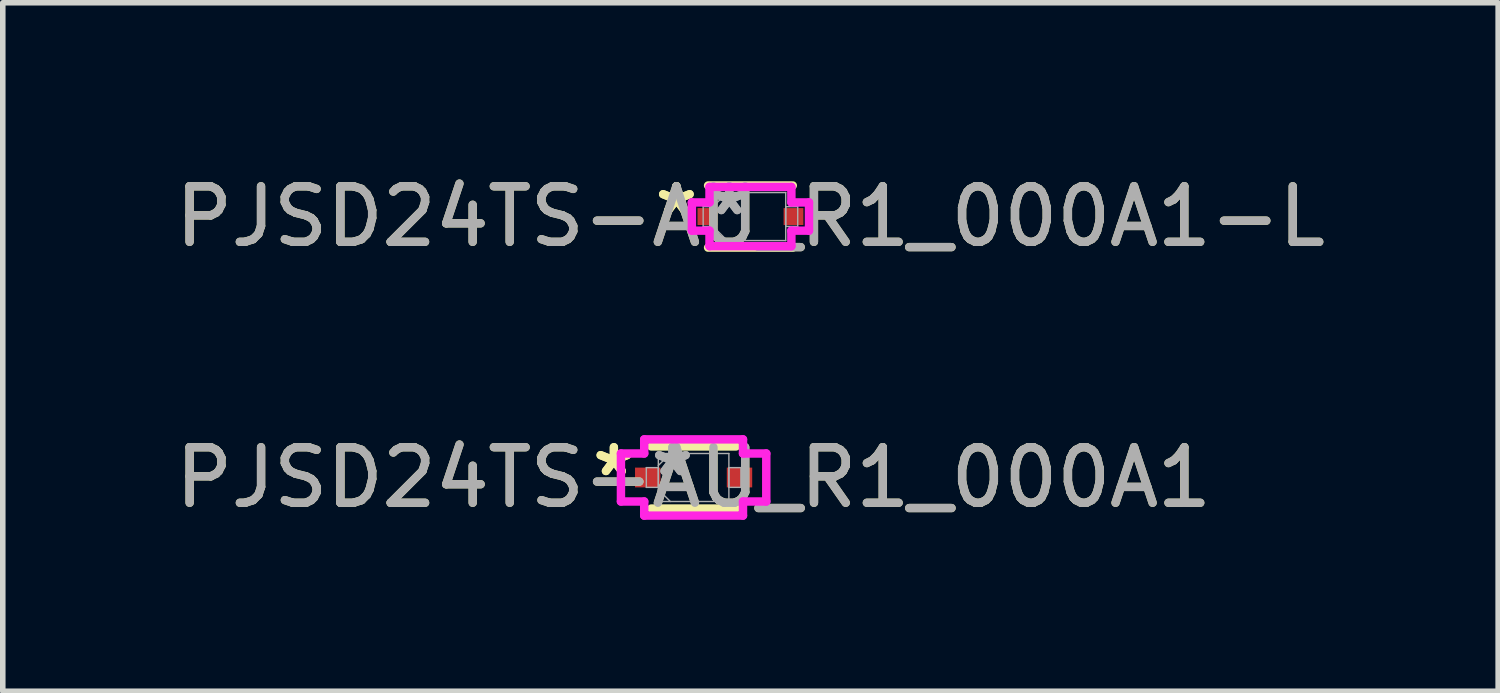
<source format=kicad_pcb>
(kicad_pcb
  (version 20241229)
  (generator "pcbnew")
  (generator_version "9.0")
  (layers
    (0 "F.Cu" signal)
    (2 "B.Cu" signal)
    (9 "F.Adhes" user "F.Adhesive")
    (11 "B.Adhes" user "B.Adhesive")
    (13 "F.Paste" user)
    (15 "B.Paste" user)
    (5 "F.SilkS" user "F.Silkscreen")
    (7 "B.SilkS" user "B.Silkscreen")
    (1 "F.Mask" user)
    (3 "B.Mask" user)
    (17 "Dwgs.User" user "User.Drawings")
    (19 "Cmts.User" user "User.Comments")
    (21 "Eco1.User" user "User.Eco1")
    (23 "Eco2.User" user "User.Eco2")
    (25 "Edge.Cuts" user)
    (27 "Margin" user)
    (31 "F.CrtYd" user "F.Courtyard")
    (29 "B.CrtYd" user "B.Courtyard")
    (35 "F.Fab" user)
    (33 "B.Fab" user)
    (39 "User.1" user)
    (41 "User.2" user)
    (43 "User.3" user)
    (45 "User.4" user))
  (footprint "PJSD24TS-AU_R1_000A1-L"
    (layer "F.Cu")
    (at 10.458 0.848)
    (property "Reference" "PJSD24TS-AU_R1_000A1-L" (at 0 0 0) (unlocked yes) (layer "F.SilkS") (effects (font (size 1 1) (thickness 0.15))))
    (attr smd)
    (fp_line (start -0.762 0.559) (end 0.762 0.559) (stroke (width 0.152) (type solid)) (layer "F.SilkS"))
    (fp_line (start 0.762 -0.559) (end -0.762 -0.559) (stroke (width 0.152) (type solid)) (layer "F.SilkS"))
    (fp_line (start -1.054 -0.254) (end -0.737 -0.254) (stroke (width 0.152) (type solid)) (layer "F.CrtYd"))
    (fp_line (start -1.054 0.254) (end -1.054 -0.254) (stroke (width 0.152) (type solid)) (layer "F.CrtYd"))
    (fp_line (start -0.737 -0.533) (end 0.737 -0.533) (stroke (width 0.152) (type solid)) (layer "F.CrtYd"))
    (fp_line (start -0.737 -0.254) (end -0.737 -0.533) (stroke (width 0.152) (type solid)) (layer "F.CrtYd"))
    (fp_line (start -0.737 0.254) (end -1.054 0.254) (stroke (width 0.152) (type solid)) (layer "F.CrtYd"))
    (fp_line (start -0.737 0.533) (end -0.737 0.254) (stroke (width 0.152) (type solid)) (layer "F.CrtYd"))
    (fp_line (start 0.737 -0.533) (end 0.737 -0.254) (stroke (width 0.152) (type solid)) (layer "F.CrtYd"))
    (fp_line (start 0.737 -0.254) (end 1.054 -0.254) (stroke (width 0.152) (type solid)) (layer "F.CrtYd"))
    (fp_line (start 0.737 0.254) (end 0.737 0.533) (stroke (width 0.152) (type solid)) (layer "F.CrtYd"))
    (fp_line (start 0.737 0.533) (end -0.737 0.533) (stroke (width 0.152) (type solid)) (layer "F.CrtYd"))
    (fp_line (start 1.054 -0.254) (end 1.054 0.254) (stroke (width 0.152) (type solid)) (layer "F.CrtYd"))
    (fp_line (start 1.054 0.254) (end 0.737 0.254) (stroke (width 0.152) (type solid)) (layer "F.CrtYd"))
    (fp_line (start -0.851 -0.178) (end -0.851 0.178) (stroke (width 0.025) (type solid)) (layer "F.Fab"))
    (fp_line (start -0.851 0.178) (end -0.635 0.178) (stroke (width 0.025) (type solid)) (layer "F.Fab"))
    (fp_line (start -0.635 -0.432) (end -0.635 0.432) (stroke (width 0.025) (type solid)) (layer "F.Fab"))
    (fp_line (start -0.635 -0.216) (end -0.419 -0.432) (stroke (width 0.025) (type solid)) (layer "F.Fab"))
    (fp_line (start -0.635 -0.178) (end -0.851 -0.178) (stroke (width 0.025) (type solid)) (layer "F.Fab"))
    (fp_line (start -0.635 0.178) (end -0.635 -0.178) (stroke (width 0.025) (type solid)) (layer "F.Fab"))
    (fp_line (start -0.635 0.216) (end -0.419 0.432) (stroke (width 0.025) (type solid)) (layer "F.Fab"))
    (fp_line (start -0.635 0.432) (end 0.635 0.432) (stroke (width 0.025) (type solid)) (layer "F.Fab"))
    (fp_line (start 0.635 -0.432) (end -0.635 -0.432) (stroke (width 0.025) (type solid)) (layer "F.Fab"))
    (fp_line (start 0.635 -0.178) (end 0.635 0.178) (stroke (width 0.025) (type solid)) (layer "F.Fab"))
    (fp_line (start 0.635 0.178) (end 0.851 0.178) (stroke (width 0.025) (type solid)) (layer "F.Fab"))
    (fp_line (start 0.635 0.432) (end 0.635 -0.432) (stroke (width 0.025) (type solid)) (layer "F.Fab"))
    (fp_line (start 0.851 -0.178) (end 0.635 -0.178) (stroke (width 0.025) (type solid)) (layer "F.Fab"))
    (fp_line (start 0.851 0.178) (end 0.851 -0.178) (stroke (width 0.025) (type solid)) (layer "F.Fab"))
    (fp_text user "*" (at -1.333 0 0) (unlocked yes) (layer "F.SilkS") (effects (font (size 1 1) (thickness 0.15))))
    (fp_text user "*" (at -1.333 0 0) (layer "F.SilkS") (effects (font (size 1 1) (thickness 0.15))))
    (fp_text user "${REFERENCE}" (at 0 0 0) (unlocked yes) (layer "F.Fab") (effects (font (size 1 1) (thickness 0.15))))
    (fp_text user "*" (at -0.381 0 0) (layer "F.Fab") (effects (font (size 1 1) (thickness 0.15))))
    (fp_text user "*" (at -0.381 0 0) (unlocked yes) (layer "F.Fab") (effects (font (size 1 1) (thickness 0.15))))
    (pad "1" smd rect (at -0.775 0) (size 0.356 0.305) (layers "F.Cu" "F.Mask" "F.Paste"))
    (pad "2" smd rect (at 0.775 0) (size 0.356 0.305) (layers "F.Cu" "F.Mask" "F.Paste"))
    (zone (net_name "") (layer "F.Cu") (hatch full 0.508) (connect_pads) (min_thickness 0.254) (filled_areas_thickness no) (keepout (tracks not_allowed) (vias not_allowed) (pads allowed) (copperpour not_allowed) (footprints allowed)) (placement (enabled no)) (fill) (polygon (pts (xy 9.912 0.467) (xy 11.004 0.467) (xy 11.004 1.229) (xy 9.912 1.229)))))
  (footprint "PJSD24TS-AU_R1_000A1"
    (layer "F.Cu")
    (at 9.435 5.545)
    (property "Reference" "PJSD24TS-AU_R1_000A1" (at 0 0 0) (unlocked yes) (layer "F.SilkS") (effects (font (size 1 1) (thickness 0.15))))
    (attr smd)
    (fp_line (start -0.762 0.559) (end 0.762 0.559) (stroke (width 0.152) (type solid)) (layer "F.SilkS"))
    (fp_line (start 0.762 -0.559) (end -0.762 -0.559) (stroke (width 0.152) (type solid)) (layer "F.SilkS"))
    (fp_line (start -1.308 -0.432) (end -0.889 -0.432) (stroke (width 0.152) (type solid)) (layer "F.CrtYd"))
    (fp_line (start -1.308 0.432) (end -1.308 -0.432) (stroke (width 0.152) (type solid)) (layer "F.CrtYd"))
    (fp_line (start -0.889 -0.686) (end 0.889 -0.686) (stroke (width 0.152) (type solid)) (layer "F.CrtYd"))
    (fp_line (start -0.889 -0.432) (end -0.889 -0.686) (stroke (width 0.152) (type solid)) (layer "F.CrtYd"))
    (fp_line (start -0.889 0.432) (end -1.308 0.432) (stroke (width 0.152) (type solid)) (layer "F.CrtYd"))
    (fp_line (start -0.889 0.686) (end -0.889 0.432) (stroke (width 0.152) (type solid)) (layer "F.CrtYd"))
    (fp_line (start 0.889 -0.686) (end 0.889 -0.432) (stroke (width 0.152) (type solid)) (layer "F.CrtYd"))
    (fp_line (start 0.889 -0.432) (end 1.308 -0.432) (stroke (width 0.152) (type solid)) (layer "F.CrtYd"))
    (fp_line (start 0.889 0.432) (end 0.889 0.686) (stroke (width 0.152) (type solid)) (layer "F.CrtYd"))
    (fp_line (start 0.889 0.686) (end -0.889 0.686) (stroke (width 0.152) (type solid)) (layer "F.CrtYd"))
    (fp_line (start 1.308 -0.432) (end 1.308 0.432) (stroke (width 0.152) (type solid)) (layer "F.CrtYd"))
    (fp_line (start 1.308 0.432) (end 0.889 0.432) (stroke (width 0.152) (type solid)) (layer "F.CrtYd"))
    (fp_line (start -0.851 -0.178) (end -0.851 0.178) (stroke (width 0.025) (type solid)) (layer "F.Fab"))
    (fp_line (start -0.851 0.178) (end -0.635 0.178) (stroke (width 0.025) (type solid)) (layer "F.Fab"))
    (fp_line (start -0.635 -0.432) (end -0.635 0.432) (stroke (width 0.025) (type solid)) (layer "F.Fab"))
    (fp_line (start -0.635 -0.216) (end -0.419 -0.432) (stroke (width 0.025) (type solid)) (layer "F.Fab"))
    (fp_line (start -0.635 -0.178) (end -0.851 -0.178) (stroke (width 0.025) (type solid)) (layer "F.Fab"))
    (fp_line (start -0.635 0.178) (end -0.635 -0.178) (stroke (width 0.025) (type solid)) (layer "F.Fab"))
    (fp_line (start -0.635 0.216) (end -0.419 0.432) (stroke (width 0.025) (type solid)) (layer "F.Fab"))
    (fp_line (start -0.635 0.432) (end 0.635 0.432) (stroke (width 0.025) (type solid)) (layer "F.Fab"))
    (fp_line (start 0.635 -0.432) (end -0.635 -0.432) (stroke (width 0.025) (type solid)) (layer "F.Fab"))
    (fp_line (start 0.635 -0.178) (end 0.635 0.178) (stroke (width 0.025) (type solid)) (layer "F.Fab"))
    (fp_line (start 0.635 0.178) (end 0.851 0.178) (stroke (width 0.025) (type solid)) (layer "F.Fab"))
    (fp_line (start 0.635 0.432) (end 0.635 -0.432) (stroke (width 0.025) (type solid)) (layer "F.Fab"))
    (fp_line (start 0.851 -0.178) (end 0.635 -0.178) (stroke (width 0.025) (type solid)) (layer "F.Fab"))
    (fp_line (start 0.851 0.178) (end 0.851 -0.178) (stroke (width 0.025) (type solid)) (layer "F.Fab"))
    (fp_text user "*" (at -1.435 0 0) (layer "F.SilkS") (effects (font (size 1 1) (thickness 0.15))))
    (fp_text user "*" (at -1.435 0 0) (unlocked yes) (layer "F.SilkS") (effects (font (size 1 1) (thickness 0.15))))
    (fp_text user "*" (at -0.381 0 0) (unlocked yes) (layer "F.Fab") (effects (font (size 1 1) (thickness 0.15))))
    (fp_text user "${REFERENCE}" (at 0 0 0) (unlocked yes) (layer "F.Fab") (effects (font (size 1 1) (thickness 0.15))))
    (fp_text user "*" (at -0.381 0 0) (layer "F.Fab") (effects (font (size 1 1) (thickness 0.15))))
    (pad "1" smd rect (at -0.826 0) (size 0.457 0.356) (layers "F.Cu" "F.Mask" "F.Paste"))
    (pad "2" smd rect (at 0.826 0) (size 0.457 0.356) (layers "F.Cu" "F.Mask" "F.Paste"))
    (zone (net_name "") (layer "F.Cu") (hatch full 0.508) (connect_pads) (min_thickness 0.254) (filled_areas_thickness no) (keepout (tracks not_allowed) (vias not_allowed) (pads allowed) (copperpour not_allowed) (footprints allowed)) (placement (enabled no)) (fill) (polygon (pts (xy 8.888 5.164) (xy 9.981 5.164) (xy 9.981 5.926) (xy 8.888 5.926)))))
  (gr_rect
    (start -3 -3)
    (end 23.917 9.393)
    (stroke (width 0.1) (type default))
    (fill no)
    (layer "Edge.Cuts")))
</source>
